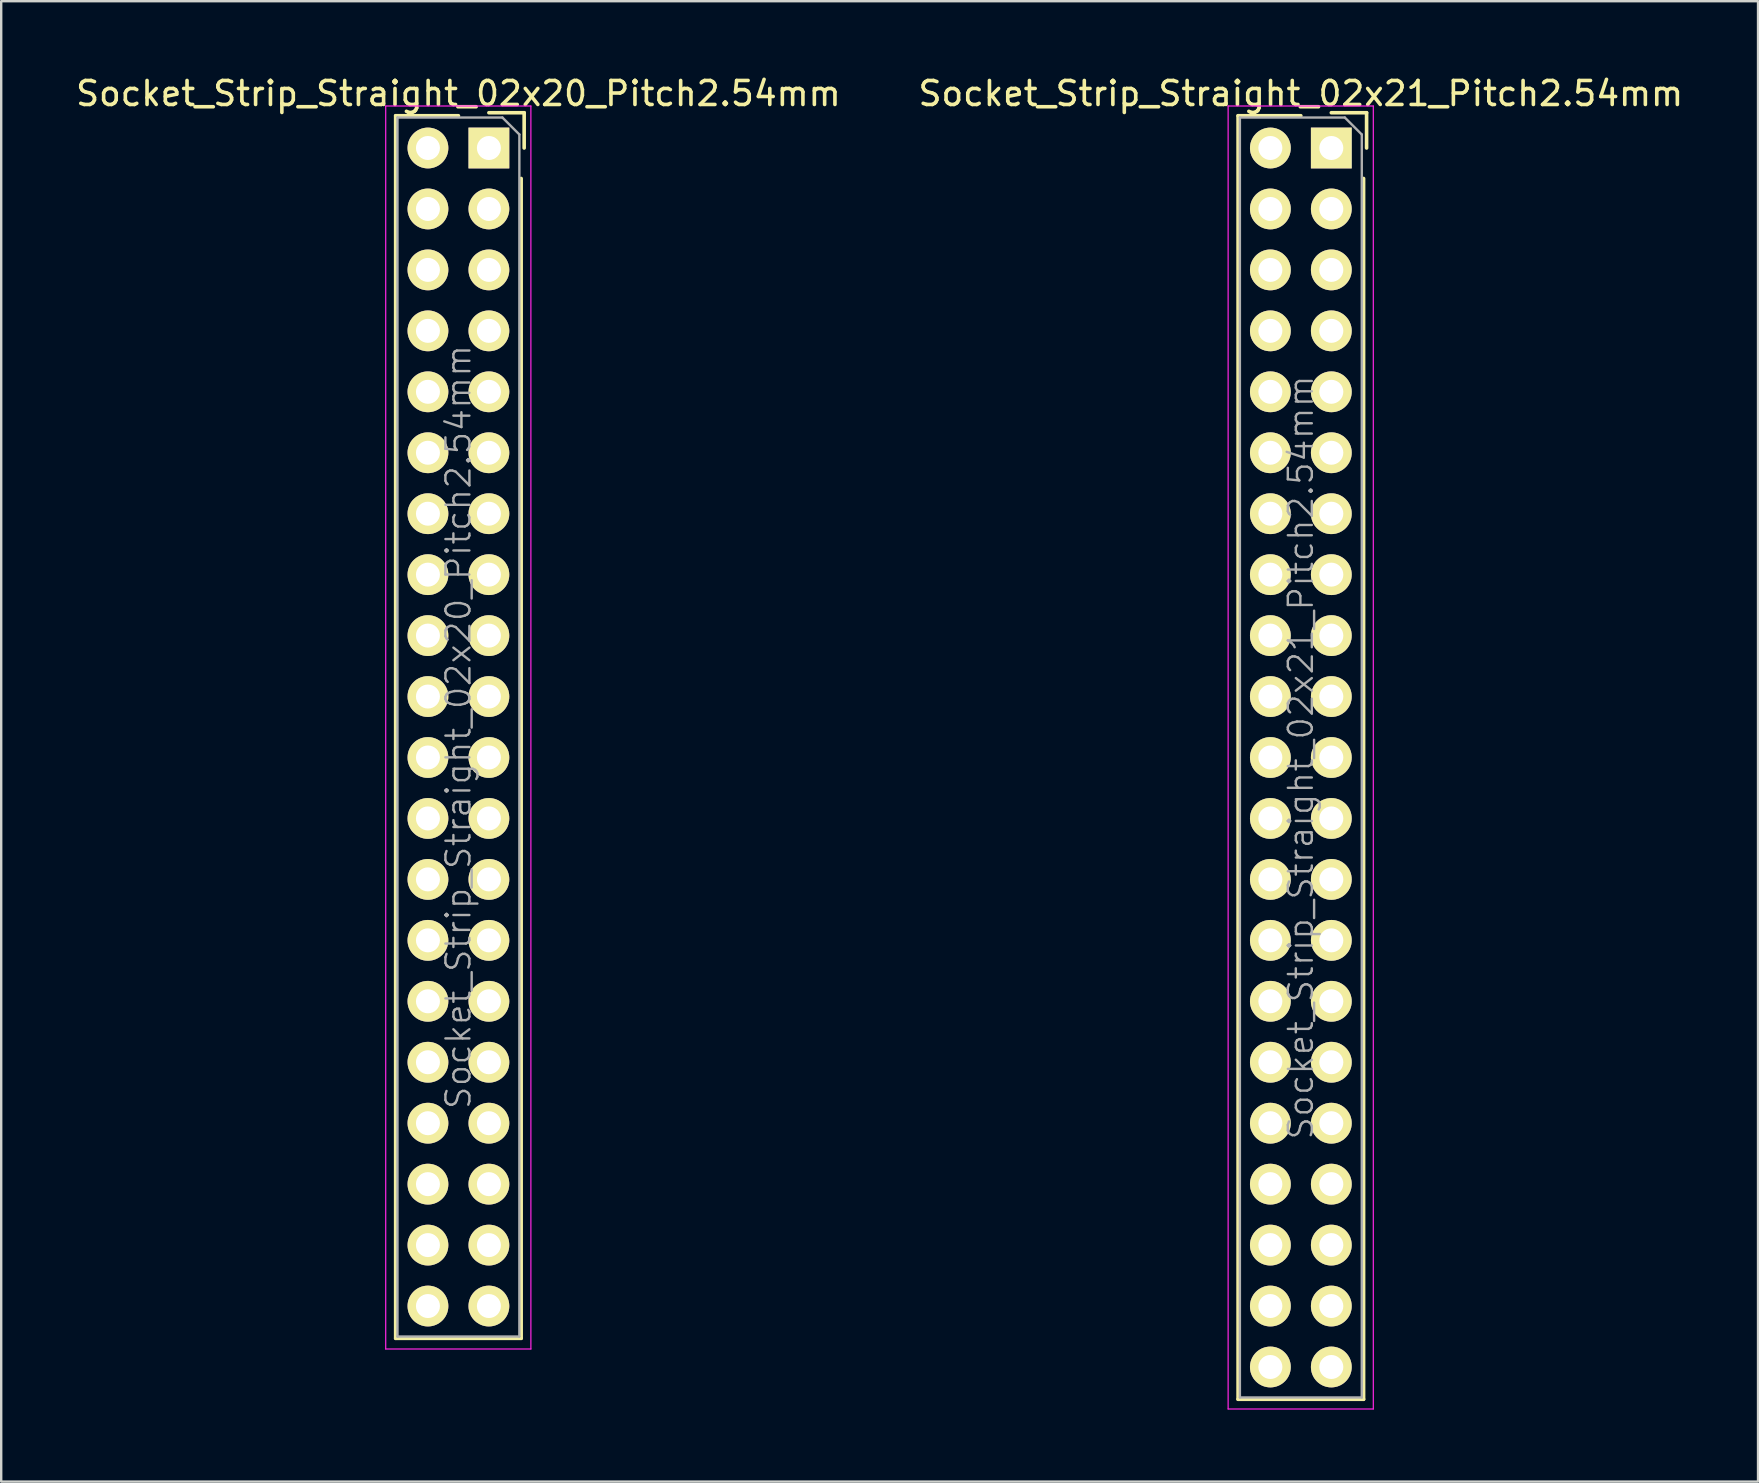
<source format=kicad_pcb>
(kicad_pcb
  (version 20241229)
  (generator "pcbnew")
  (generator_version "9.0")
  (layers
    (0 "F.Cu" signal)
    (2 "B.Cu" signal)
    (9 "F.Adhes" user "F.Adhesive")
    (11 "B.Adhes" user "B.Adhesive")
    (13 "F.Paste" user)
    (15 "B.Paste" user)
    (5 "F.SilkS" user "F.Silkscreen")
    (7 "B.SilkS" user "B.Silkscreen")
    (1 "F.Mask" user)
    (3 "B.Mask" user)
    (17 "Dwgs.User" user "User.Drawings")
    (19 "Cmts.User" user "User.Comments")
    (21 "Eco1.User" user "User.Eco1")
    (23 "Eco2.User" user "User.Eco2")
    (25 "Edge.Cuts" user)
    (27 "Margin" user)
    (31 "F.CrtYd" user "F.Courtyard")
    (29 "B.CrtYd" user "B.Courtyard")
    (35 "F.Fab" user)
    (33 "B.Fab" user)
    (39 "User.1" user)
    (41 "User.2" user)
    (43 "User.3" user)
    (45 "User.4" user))
  (footprint "Socket_Strip_Straight_02x20_Pitch2.54mm"
    (layer "F.Cu")
    (at 17.324 3.118)
    (property "Reference" "Socket_Strip_Straight_02x20_Pitch2.54mm" (at -1.27 -2.27 0) (layer "F.SilkS") (effects (font (size 1 1) (thickness 0.15))))
    (attr smd)
    (fp_line (start -3.885 -1.345) (end -3.885 49.605) (stroke (width 0.15) (type solid)) (layer "F.SilkS"))
    (fp_line (start -1.27 -1.345) (end -3.885 -1.345) (stroke (width 0.15) (type solid)) (layer "F.SilkS"))
    (fp_line (start 1.345 1.27) (end 1.345 49.605) (stroke (width 0.15) (type solid)) (layer "F.SilkS"))
    (fp_line (start 1.345 49.605) (end -3.885 49.605) (stroke (width 0.15) (type solid)) (layer "F.SilkS"))
    (fp_line (start 1.47 -1.47) (end 0 -1.47) (stroke (width 0.15) (type solid)) (layer "F.SilkS"))
    (fp_line (start 1.47 -1.47) (end 1.47 0) (stroke (width 0.15) (type solid)) (layer "F.SilkS"))
    (fp_line (start -4.3 -1.75) (end -4.3 50.05) (stroke (width 0.05) (type solid)) (layer "F.CrtYd"))
    (fp_line (start 1.75 -1.75) (end -4.3 -1.75) (stroke (width 0.05) (type solid)) (layer "F.CrtYd"))
    (fp_line (start 1.75 -1.75) (end 1.75 50.05) (stroke (width 0.05) (type solid)) (layer "F.CrtYd"))
    (fp_line (start 1.75 50.05) (end -4.3 50.05) (stroke (width 0.05) (type solid)) (layer "F.CrtYd"))
    (fp_line (start -3.81 -1.27) (end 0.563 -1.27) (stroke (width 0.1) (type solid)) (layer "F.Fab"))
    (fp_line (start -3.81 49.53) (end -3.81 -1.27) (stroke (width 0.1) (type solid)) (layer "F.Fab"))
    (fp_line (start -3.81 49.53) (end 1.27 49.53) (stroke (width 0.1) (type solid)) (layer "F.Fab"))
    (fp_line (start 1.27 -0.563) (end 0.563 -1.27) (stroke (width 0.1) (type solid)) (layer "F.Fab"))
    (fp_line (start 1.27 49.53) (end 1.27 -0.563) (stroke (width 0.1) (type solid)) (layer "F.Fab"))
    (fp_text user "${REFERENCE}" (at -1.27 24.13 90) (layer "F.Fab") (effects (font (size 1 1) (thickness 0.1))))
    (pad "1" thru_hole rect (at 0 0) (size 1.7 1.7) (drill 1) (layers "*.Cu" "*.Mask" "F.SilkS"))
    (pad "2" thru_hole oval (at -2.54 0) (size 1.7 1.7) (drill 1) (layers "*.Cu" "*.Mask" "F.SilkS"))
    (pad "3" thru_hole oval (at 0 2.54) (size 1.7 1.7) (drill 1) (layers "*.Cu" "*.Mask" "F.SilkS"))
    (pad "4" thru_hole oval (at -2.54 2.54) (size 1.7 1.7) (drill 1) (layers "*.Cu" "*.Mask" "F.SilkS"))
    (pad "5" thru_hole oval (at 0 5.08) (size 1.7 1.7) (drill 1) (layers "*.Cu" "*.Mask" "F.SilkS"))
    (pad "6" thru_hole oval (at -2.54 5.08) (size 1.7 1.7) (drill 1) (layers "*.Cu" "*.Mask" "F.SilkS"))
    (pad "7" thru_hole oval (at 0 7.62) (size 1.7 1.7) (drill 1) (layers "*.Cu" "*.Mask" "F.SilkS"))
    (pad "8" thru_hole oval (at -2.54 7.62) (size 1.7 1.7) (drill 1) (layers "*.Cu" "*.Mask" "F.SilkS"))
    (pad "9" thru_hole oval (at 0 10.16) (size 1.7 1.7) (drill 1) (layers "*.Cu" "*.Mask" "F.SilkS"))
    (pad "10" thru_hole oval (at -2.54 10.16) (size 1.7 1.7) (drill 1) (layers "*.Cu" "*.Mask" "F.SilkS"))
    (pad "11" thru_hole oval (at 0 12.7) (size 1.7 1.7) (drill 1) (layers "*.Cu" "*.Mask" "F.SilkS"))
    (pad "12" thru_hole oval (at -2.54 12.7) (size 1.7 1.7) (drill 1) (layers "*.Cu" "*.Mask" "F.SilkS"))
    (pad "13" thru_hole oval (at 0 15.24) (size 1.7 1.7) (drill 1) (layers "*.Cu" "*.Mask" "F.SilkS"))
    (pad "14" thru_hole oval (at -2.54 15.24) (size 1.7 1.7) (drill 1) (layers "*.Cu" "*.Mask" "F.SilkS"))
    (pad "15" thru_hole oval (at 0 17.78) (size 1.7 1.7) (drill 1) (layers "*.Cu" "*.Mask" "F.SilkS"))
    (pad "16" thru_hole oval (at -2.54 17.78) (size 1.7 1.7) (drill 1) (layers "*.Cu" "*.Mask" "F.SilkS"))
    (pad "17" thru_hole oval (at 0 20.32) (size 1.7 1.7) (drill 1) (layers "*.Cu" "*.Mask" "F.SilkS"))
    (pad "18" thru_hole oval (at -2.54 20.32) (size 1.7 1.7) (drill 1) (layers "*.Cu" "*.Mask" "F.SilkS"))
    (pad "19" thru_hole oval (at 0 22.86) (size 1.7 1.7) (drill 1) (layers "*.Cu" "*.Mask" "F.SilkS"))
    (pad "20" thru_hole oval (at -2.54 22.86) (size 1.7 1.7) (drill 1) (layers "*.Cu" "*.Mask" "F.SilkS"))
    (pad "21" thru_hole oval (at 0 25.4) (size 1.7 1.7) (drill 1) (layers "*.Cu" "*.Mask" "F.SilkS"))
    (pad "22" thru_hole oval (at -2.54 25.4) (size 1.7 1.7) (drill 1) (layers "*.Cu" "*.Mask" "F.SilkS"))
    (pad "23" thru_hole oval (at 0 27.94) (size 1.7 1.7) (drill 1) (layers "*.Cu" "*.Mask" "F.SilkS"))
    (pad "24" thru_hole oval (at -2.54 27.94) (size 1.7 1.7) (drill 1) (layers "*.Cu" "*.Mask" "F.SilkS"))
    (pad "25" thru_hole oval (at 0 30.48) (size 1.7 1.7) (drill 1) (layers "*.Cu" "*.Mask" "F.SilkS"))
    (pad "26" thru_hole oval (at -2.54 30.48) (size 1.7 1.7) (drill 1) (layers "*.Cu" "*.Mask" "F.SilkS"))
    (pad "27" thru_hole oval (at 0 33.02) (size 1.7 1.7) (drill 1) (layers "*.Cu" "*.Mask" "F.SilkS"))
    (pad "28" thru_hole oval (at -2.54 33.02) (size 1.7 1.7) (drill 1) (layers "*.Cu" "*.Mask" "F.SilkS"))
    (pad "29" thru_hole oval (at 0 35.56) (size 1.7 1.7) (drill 1) (layers "*.Cu" "*.Mask" "F.SilkS"))
    (pad "30" thru_hole oval (at -2.54 35.56) (size 1.7 1.7) (drill 1) (layers "*.Cu" "*.Mask" "F.SilkS"))
    (pad "31" thru_hole oval (at 0 38.1) (size 1.7 1.7) (drill 1) (layers "*.Cu" "*.Mask" "F.SilkS"))
    (pad "32" thru_hole oval (at -2.54 38.1) (size 1.7 1.7) (drill 1) (layers "*.Cu" "*.Mask" "F.SilkS"))
    (pad "33" thru_hole oval (at 0 40.64) (size 1.7 1.7) (drill 1) (layers "*.Cu" "*.Mask" "F.SilkS"))
    (pad "34" thru_hole oval (at -2.54 40.64) (size 1.7 1.7) (drill 1) (layers "*.Cu" "*.Mask" "F.SilkS"))
    (pad "35" thru_hole oval (at 0 43.18) (size 1.7 1.7) (drill 1) (layers "*.Cu" "*.Mask" "F.SilkS"))
    (pad "36" thru_hole oval (at -2.54 43.18) (size 1.7 1.7) (drill 1) (layers "*.Cu" "*.Mask" "F.SilkS"))
    (pad "37" thru_hole oval (at 0 45.72) (size 1.7 1.7) (drill 1) (layers "*.Cu" "*.Mask" "F.SilkS"))
    (pad "38" thru_hole oval (at -2.54 45.72) (size 1.7 1.7) (drill 1) (layers "*.Cu" "*.Mask" "F.SilkS"))
    (pad "39" thru_hole oval (at 0 48.26) (size 1.7 1.7) (drill 1) (layers "*.Cu" "*.Mask" "F.SilkS"))
    (pad "40" thru_hole oval (at -2.54 48.26) (size 1.7 1.7) (drill 1) (layers "*.Cu" "*.Mask" "F.SilkS")))
  (footprint "Socket_Strip_Straight_02x21_Pitch2.54mm"
    (layer "F.Cu")
    (at 52.431 3.118)
    (property "Reference" "Socket_Strip_Straight_02x21_Pitch2.54mm" (at -1.27 -2.27 0) (layer "F.SilkS") (effects (font (size 1 1) (thickness 0.15))))
    (attr smd)
    (fp_line (start -3.885 -1.345) (end -3.885 52.145) (stroke (width 0.15) (type solid)) (layer "F.SilkS"))
    (fp_line (start -1.27 -1.345) (end -3.885 -1.345) (stroke (width 0.15) (type solid)) (layer "F.SilkS"))
    (fp_line (start 1.345 1.27) (end 1.345 52.145) (stroke (width 0.15) (type solid)) (layer "F.SilkS"))
    (fp_line (start 1.345 52.145) (end -3.885 52.145) (stroke (width 0.15) (type solid)) (layer "F.SilkS"))
    (fp_line (start 1.47 -1.47) (end 0 -1.47) (stroke (width 0.15) (type solid)) (layer "F.SilkS"))
    (fp_line (start 1.47 -1.47) (end 1.47 0) (stroke (width 0.15) (type solid)) (layer "F.SilkS"))
    (fp_line (start -4.3 -1.75) (end -4.3 52.55) (stroke (width 0.05) (type solid)) (layer "F.CrtYd"))
    (fp_line (start 1.75 -1.75) (end -4.3 -1.75) (stroke (width 0.05) (type solid)) (layer "F.CrtYd"))
    (fp_line (start 1.75 -1.75) (end 1.75 52.55) (stroke (width 0.05) (type solid)) (layer "F.CrtYd"))
    (fp_line (start 1.75 52.55) (end -4.3 52.55) (stroke (width 0.05) (type solid)) (layer "F.CrtYd"))
    (fp_line (start -3.81 -1.27) (end 0.563 -1.27) (stroke (width 0.1) (type solid)) (layer "F.Fab"))
    (fp_line (start -3.81 52.07) (end -3.81 -1.27) (stroke (width 0.1) (type solid)) (layer "F.Fab"))
    (fp_line (start -3.81 52.07) (end 1.27 52.07) (stroke (width 0.1) (type solid)) (layer "F.Fab"))
    (fp_line (start 1.27 -0.563) (end 0.563 -1.27) (stroke (width 0.1) (type solid)) (layer "F.Fab"))
    (fp_line (start 1.27 52.07) (end 1.27 -0.563) (stroke (width 0.1) (type solid)) (layer "F.Fab"))
    (fp_text user "${REFERENCE}" (at -1.27 25.4 90) (layer "F.Fab") (effects (font (size 1 1) (thickness 0.1))))
    (pad "1" thru_hole rect (at 0 0) (size 1.7 1.7) (drill 1) (layers "*.Cu" "*.Mask" "F.SilkS"))
    (pad "2" thru_hole oval (at -2.54 0) (size 1.7 1.7) (drill 1) (layers "*.Cu" "*.Mask" "F.SilkS"))
    (pad "3" thru_hole oval (at 0 2.54) (size 1.7 1.7) (drill 1) (layers "*.Cu" "*.Mask" "F.SilkS"))
    (pad "4" thru_hole oval (at -2.54 2.54) (size 1.7 1.7) (drill 1) (layers "*.Cu" "*.Mask" "F.SilkS"))
    (pad "5" thru_hole oval (at 0 5.08) (size 1.7 1.7) (drill 1) (layers "*.Cu" "*.Mask" "F.SilkS"))
    (pad "6" thru_hole oval (at -2.54 5.08) (size 1.7 1.7) (drill 1) (layers "*.Cu" "*.Mask" "F.SilkS"))
    (pad "7" thru_hole oval (at 0 7.62) (size 1.7 1.7) (drill 1) (layers "*.Cu" "*.Mask" "F.SilkS"))
    (pad "8" thru_hole oval (at -2.54 7.62) (size 1.7 1.7) (drill 1) (layers "*.Cu" "*.Mask" "F.SilkS"))
    (pad "9" thru_hole oval (at 0 10.16) (size 1.7 1.7) (drill 1) (layers "*.Cu" "*.Mask" "F.SilkS"))
    (pad "10" thru_hole oval (at -2.54 10.16) (size 1.7 1.7) (drill 1) (layers "*.Cu" "*.Mask" "F.SilkS"))
    (pad "11" thru_hole oval (at 0 12.7) (size 1.7 1.7) (drill 1) (layers "*.Cu" "*.Mask" "F.SilkS"))
    (pad "12" thru_hole oval (at -2.54 12.7) (size 1.7 1.7) (drill 1) (layers "*.Cu" "*.Mask" "F.SilkS"))
    (pad "13" thru_hole oval (at 0 15.24) (size 1.7 1.7) (drill 1) (layers "*.Cu" "*.Mask" "F.SilkS"))
    (pad "14" thru_hole oval (at -2.54 15.24) (size 1.7 1.7) (drill 1) (layers "*.Cu" "*.Mask" "F.SilkS"))
    (pad "15" thru_hole oval (at 0 17.78) (size 1.7 1.7) (drill 1) (layers "*.Cu" "*.Mask" "F.SilkS"))
    (pad "16" thru_hole oval (at -2.54 17.78) (size 1.7 1.7) (drill 1) (layers "*.Cu" "*.Mask" "F.SilkS"))
    (pad "17" thru_hole oval (at 0 20.32) (size 1.7 1.7) (drill 1) (layers "*.Cu" "*.Mask" "F.SilkS"))
    (pad "18" thru_hole oval (at -2.54 20.32) (size 1.7 1.7) (drill 1) (layers "*.Cu" "*.Mask" "F.SilkS"))
    (pad "19" thru_hole oval (at 0 22.86) (size 1.7 1.7) (drill 1) (layers "*.Cu" "*.Mask" "F.SilkS"))
    (pad "20" thru_hole oval (at -2.54 22.86) (size 1.7 1.7) (drill 1) (layers "*.Cu" "*.Mask" "F.SilkS"))
    (pad "21" thru_hole oval (at 0 25.4) (size 1.7 1.7) (drill 1) (layers "*.Cu" "*.Mask" "F.SilkS"))
    (pad "22" thru_hole oval (at -2.54 25.4) (size 1.7 1.7) (drill 1) (layers "*.Cu" "*.Mask" "F.SilkS"))
    (pad "23" thru_hole oval (at 0 27.94) (size 1.7 1.7) (drill 1) (layers "*.Cu" "*.Mask" "F.SilkS"))
    (pad "24" thru_hole oval (at -2.54 27.94) (size 1.7 1.7) (drill 1) (layers "*.Cu" "*.Mask" "F.SilkS"))
    (pad "25" thru_hole oval (at 0 30.48) (size 1.7 1.7) (drill 1) (layers "*.Cu" "*.Mask" "F.SilkS"))
    (pad "26" thru_hole oval (at -2.54 30.48) (size 1.7 1.7) (drill 1) (layers "*.Cu" "*.Mask" "F.SilkS"))
    (pad "27" thru_hole oval (at 0 33.02) (size 1.7 1.7) (drill 1) (layers "*.Cu" "*.Mask" "F.SilkS"))
    (pad "28" thru_hole oval (at -2.54 33.02) (size 1.7 1.7) (drill 1) (layers "*.Cu" "*.Mask" "F.SilkS"))
    (pad "29" thru_hole oval (at 0 35.56) (size 1.7 1.7) (drill 1) (layers "*.Cu" "*.Mask" "F.SilkS"))
    (pad "30" thru_hole oval (at -2.54 35.56) (size 1.7 1.7) (drill 1) (layers "*.Cu" "*.Mask" "F.SilkS"))
    (pad "31" thru_hole oval (at 0 38.1) (size 1.7 1.7) (drill 1) (layers "*.Cu" "*.Mask" "F.SilkS"))
    (pad "32" thru_hole oval (at -2.54 38.1) (size 1.7 1.7) (drill 1) (layers "*.Cu" "*.Mask" "F.SilkS"))
    (pad "33" thru_hole oval (at 0 40.64) (size 1.7 1.7) (drill 1) (layers "*.Cu" "*.Mask" "F.SilkS"))
    (pad "34" thru_hole oval (at -2.54 40.64) (size 1.7 1.7) (drill 1) (layers "*.Cu" "*.Mask" "F.SilkS"))
    (pad "35" thru_hole oval (at 0 43.18) (size 1.7 1.7) (drill 1) (layers "*.Cu" "*.Mask" "F.SilkS"))
    (pad "36" thru_hole oval (at -2.54 43.18) (size 1.7 1.7) (drill 1) (layers "*.Cu" "*.Mask" "F.SilkS"))
    (pad "37" thru_hole oval (at 0 45.72) (size 1.7 1.7) (drill 1) (layers "*.Cu" "*.Mask" "F.SilkS"))
    (pad "38" thru_hole oval (at -2.54 45.72) (size 1.7 1.7) (drill 1) (layers "*.Cu" "*.Mask" "F.SilkS"))
    (pad "39" thru_hole oval (at 0 48.26) (size 1.7 1.7) (drill 1) (layers "*.Cu" "*.Mask" "F.SilkS"))
    (pad "40" thru_hole oval (at -2.54 48.26) (size 1.7 1.7) (drill 1) (layers "*.Cu" "*.Mask" "F.SilkS"))
    (pad "41" thru_hole oval (at 0 50.8) (size 1.7 1.7) (drill 1) (layers "*.Cu" "*.Mask" "F.SilkS"))
    (pad "42" thru_hole oval (at -2.54 50.8) (size 1.7 1.7) (drill 1) (layers "*.Cu" "*.Mask" "F.SilkS")))
  (gr_rect
    (start -3 -3)
    (end 70.214 58.693)
    (stroke (width 0.1) (type default))
    (fill no)
    (layer "Edge.Cuts")))
</source>
